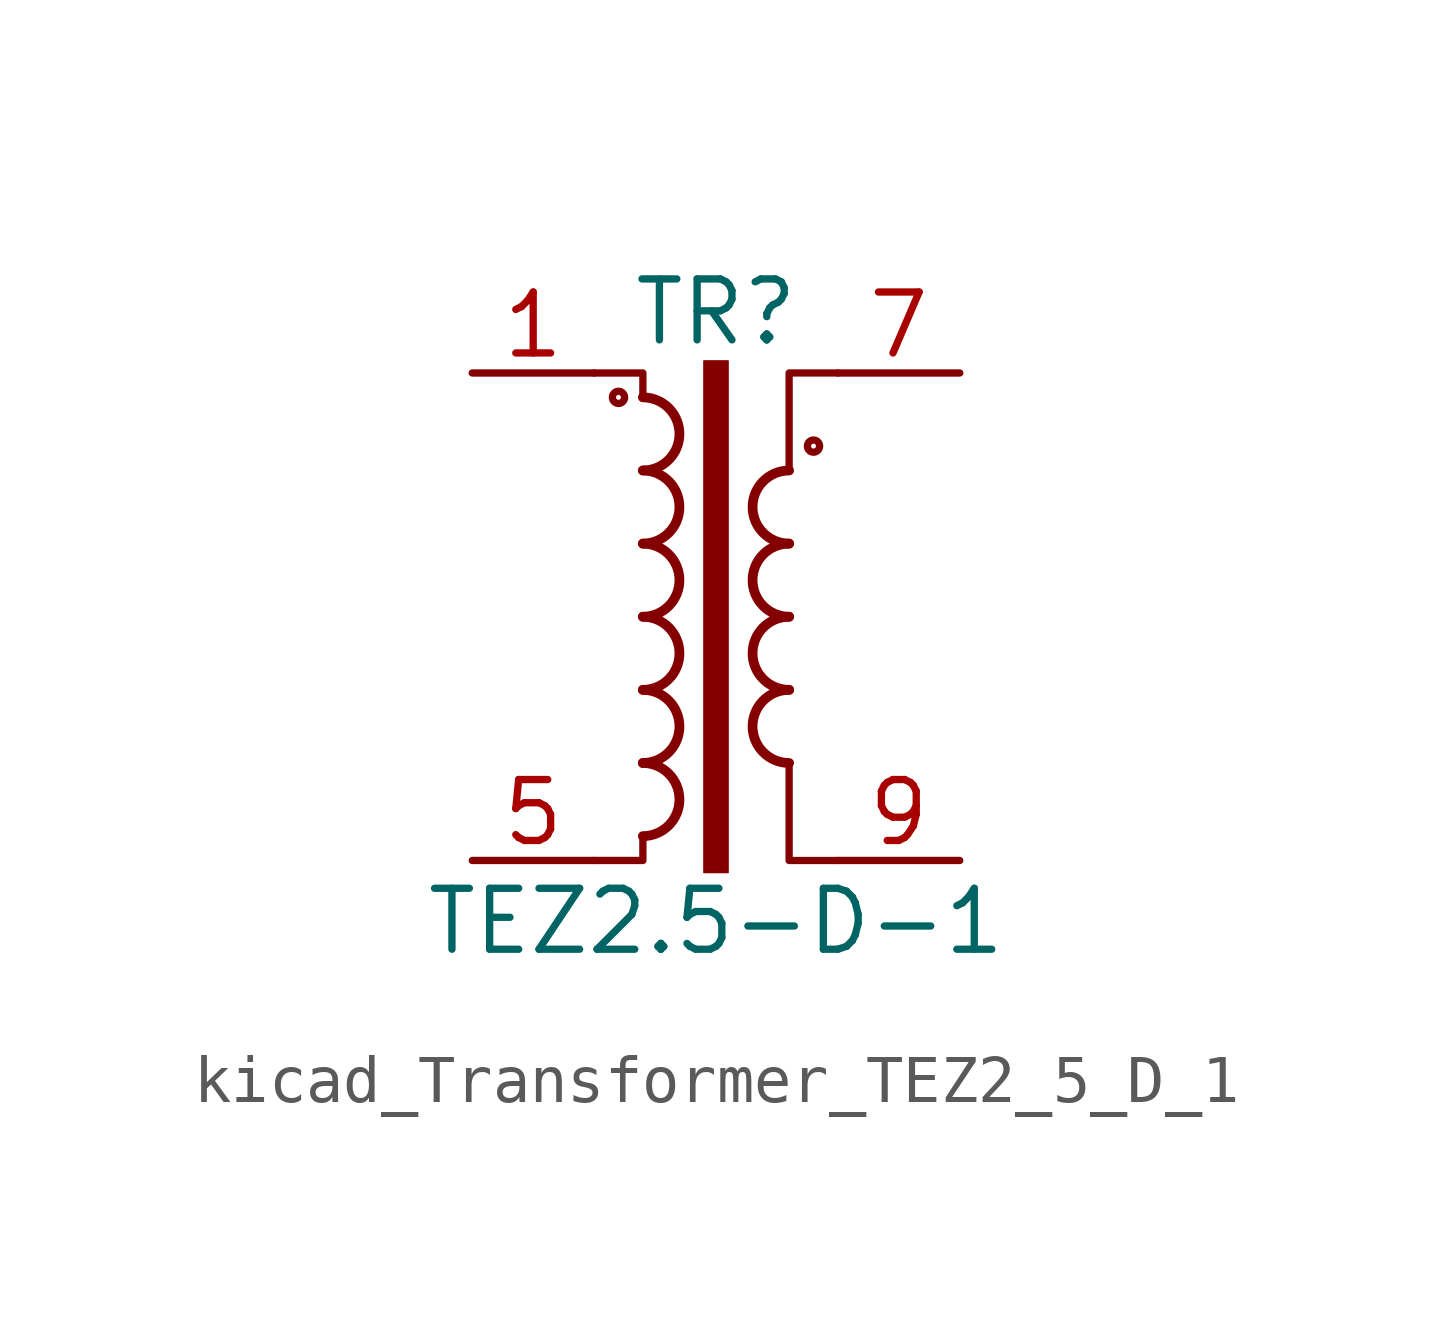
<source format=kicad_sym>
(kicad_symbol_lib
  (version 20220914)
  (generator kicad_symbol_editor)
  (symbol "kicad_Transformer_TEZ2_5_D_1"
    (pin_names
      (offset 0.025))
    (property "Reference" "TR"
      (at 0 6.35 0)
      (effects (font (size 1.27 1.27))))
    (property "Value" "TEZ2.5-D-1"
      (at 0 -6.35 0)
      (effects (font (size 1.27 1.27))))
    (symbol "kicad_Transformer_TEZ2_5_D_1_0_1"
      (circle (center -2.032 4.572) (radius 0.127) (stroke (width 0) (type default)) (fill (type none)))
      (arc (start -1.524 -4.572) (mid -0.7653 -3.81) (end -1.524 -3.048) (stroke (width 0.2032) (type default)) (fill (type none)))
      (arc (start -1.524 -3.048) (mid -0.7653 -2.286) (end -1.524 -1.524) (stroke (width 0.2032) (type default)) (fill (type none)))
      (arc (start -1.524 -1.524) (mid -0.7653 -0.762) (end -1.524 0) (stroke (width 0.2032) (type default)) (fill (type none)))
      (arc (start -1.524 0) (mid -0.7653 0.762) (end -1.524 1.524) (stroke (width 0.2032) (type default)) (fill (type none)))
      (arc (start -1.524 1.524) (mid -0.7653 2.286) (end -1.524 3.048) (stroke (width 0.2032) (type default)) (fill (type none)))
      (arc (start -1.524 3.048) (mid -0.7653 3.81) (end -1.524 4.572) (stroke (width 0.2032) (type default)) (fill (type none)))
      (rectangle (start -0.254 5.334) (end 0.254 -5.334) (stroke (width 0.025) (type default)) (fill (type outline)))
      (polyline (pts (xy -1.524 -4.572) (xy -1.524 -5.08) (xy -2.54 -5.08)) (stroke (width 0) (type default)) (fill (type none)))
      (polyline (pts (xy -1.524 4.572) (xy -1.524 5.08) (xy -2.54 5.08)) (stroke (width 0) (type default)) (fill (type none)))
      (polyline (pts (xy 1.524 3.048) (xy 1.524 5.08) (xy 2.54 5.08) (xy 2.54 5.08)) (stroke (width 0.152) (type default)) (fill (type none)))
      (polyline (pts (xy 2.54 -5.08) (xy 1.524 -5.08) (xy 1.524 -3.048) (xy 1.524 -3.048)) (stroke (width 0.152) (type default)) (fill (type none)))
      (arc (start 1.524 -1.524) (mid 0.7653 -2.286) (end 1.524 -3.048) (stroke (width 0.2032) (type default)) (fill (type none)))
      (arc (start 1.524 0) (mid 0.7653 -0.762) (end 1.524 -1.524) (stroke (width 0.2032) (type default)) (fill (type none)))
      (arc (start 1.524 1.524) (mid 0.7653 0.762) (end 1.524 0) (stroke (width 0.2032) (type default)) (fill (type none)))
      (arc (start 1.524 3.048) (mid 0.7653 2.286) (end 1.524 1.524) (stroke (width 0.2032) (type default)) (fill (type none)))
      (circle (center 2.032 3.556) (radius 0.127) (stroke (width 0) (type default)) (fill (type none))))
    (symbol "kicad_Transformer_TEZ2_5_D_1_1_1"
      (pin passive line (at -5.08 5.08 0) (length 2.54) (name "~" (effects (font (size 1.27 1.27)))) (number "1" (effects (font (size 1.27 1.27)))))
      (pin passive line (at -5.08 -5.08 0) (length 2.54) (name "~" (effects (font (size 1.27 1.27)))) (number "5" (effects (font (size 1.27 1.27)))))
      (pin passive line (at 5.08 5.08 180) (length 2.54) (name "~" (effects (font (size 1.27 1.27)))) (number "7" (effects (font (size 1.27 1.27)))))
      (pin passive line (at 5.08 -5.08 180) (length 2.54) (name "~" (effects (font (size 1.27 1.27)))) (number "9" (effects (font (size 1.27 1.27))))))))
</source>
